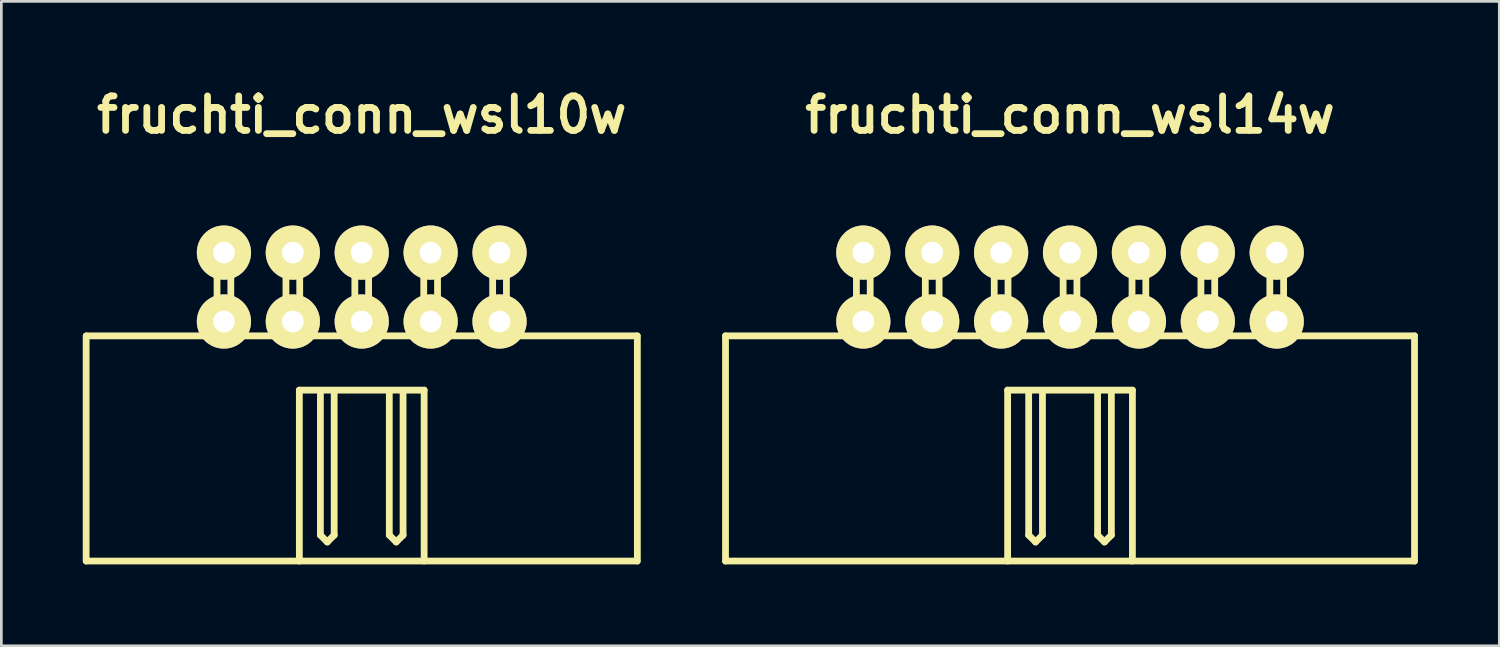
<source format=kicad_pcb>
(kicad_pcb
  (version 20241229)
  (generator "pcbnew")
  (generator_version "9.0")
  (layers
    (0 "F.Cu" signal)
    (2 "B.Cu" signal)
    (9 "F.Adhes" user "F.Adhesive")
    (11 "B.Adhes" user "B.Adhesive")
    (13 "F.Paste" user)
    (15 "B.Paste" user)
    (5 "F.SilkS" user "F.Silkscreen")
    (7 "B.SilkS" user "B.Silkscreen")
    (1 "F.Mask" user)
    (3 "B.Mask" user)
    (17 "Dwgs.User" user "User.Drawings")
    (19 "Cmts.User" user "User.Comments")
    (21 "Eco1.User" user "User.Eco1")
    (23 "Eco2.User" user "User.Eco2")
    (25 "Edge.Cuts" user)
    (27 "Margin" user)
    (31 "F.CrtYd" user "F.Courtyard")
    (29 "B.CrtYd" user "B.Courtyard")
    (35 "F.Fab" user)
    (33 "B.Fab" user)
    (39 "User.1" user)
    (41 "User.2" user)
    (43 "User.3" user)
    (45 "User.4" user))
  (footprint "fruchti_conn_wsl10w"
    (layer "F.Cu")
    (at 10.285 7.532)
    (property "Reference" "fruchti_conn_wsl10w" (at 0 -6.35 0) (layer "F.SilkS") (effects (font (size 1.27 1.27) (thickness 0.25))))
    (attr through_hole)
    (fp_line (start -10.16 1.8) (end -10.16 10.1) (stroke (width 0.25) (type solid)) (layer "F.SilkS"))
    (fp_line (start -10.15 10.1) (end 10.15 10.1) (stroke (width 0.25) (type solid)) (layer "F.SilkS"))
    (fp_line (start -5.334 -1.27) (end -5.334 1.778) (stroke (width 0.25) (type solid)) (layer "F.SilkS"))
    (fp_line (start -4.826 -1.27) (end -5.334 -1.27) (stroke (width 0.25) (type solid)) (layer "F.SilkS"))
    (fp_line (start -4.826 1.778) (end -4.826 -1.27) (stroke (width 0.25) (type solid)) (layer "F.SilkS"))
    (fp_line (start -2.794 -1.27) (end -2.794 1.778) (stroke (width 0.25) (type solid)) (layer "F.SilkS"))
    (fp_line (start -2.3 3.8) (end 2.3 3.8) (stroke (width 0.25) (type solid)) (layer "F.SilkS"))
    (fp_line (start -2.3 10.1) (end -2.3 3.8) (stroke (width 0.25) (type solid)) (layer "F.SilkS"))
    (fp_line (start -2.286 -1.27) (end -2.794 -1.27) (stroke (width 0.25) (type solid)) (layer "F.SilkS"))
    (fp_line (start -2.286 1.778) (end -2.286 -1.27) (stroke (width 0.25) (type solid)) (layer "F.SilkS"))
    (fp_line (start -1.524 9.144) (end -1.524 3.81) (stroke (width 0.25) (type solid)) (layer "F.SilkS"))
    (fp_line (start -1.27 9.398) (end -1.524 9.144) (stroke (width 0.25) (type solid)) (layer "F.SilkS"))
    (fp_line (start -1.016 3.81) (end -1.016 9.144) (stroke (width 0.25) (type solid)) (layer "F.SilkS"))
    (fp_line (start -1.016 9.144) (end -1.27 9.398) (stroke (width 0.25) (type solid)) (layer "F.SilkS"))
    (fp_line (start -0.254 -1.27) (end -0.254 1.778) (stroke (width 0.25) (type solid)) (layer "F.SilkS"))
    (fp_line (start 0.254 -1.27) (end -0.254 -1.27) (stroke (width 0.25) (type solid)) (layer "F.SilkS"))
    (fp_line (start 0.254 1.778) (end 0.254 -1.27) (stroke (width 0.25) (type solid)) (layer "F.SilkS"))
    (fp_line (start 1.016 9.144) (end 1.016 3.81) (stroke (width 0.25) (type solid)) (layer "F.SilkS"))
    (fp_line (start 1.27 9.398) (end 1.016 9.144) (stroke (width 0.25) (type solid)) (layer "F.SilkS"))
    (fp_line (start 1.524 3.81) (end 1.524 9.144) (stroke (width 0.25) (type solid)) (layer "F.SilkS"))
    (fp_line (start 1.524 9.144) (end 1.27 9.398) (stroke (width 0.25) (type solid)) (layer "F.SilkS"))
    (fp_line (start 2.286 -1.27) (end 2.286 1.778) (stroke (width 0.25) (type solid)) (layer "F.SilkS"))
    (fp_line (start 2.3 3.8) (end 2.3 10.1) (stroke (width 0.25) (type solid)) (layer "F.SilkS"))
    (fp_line (start 2.794 -1.27) (end 2.286 -1.27) (stroke (width 0.25) (type solid)) (layer "F.SilkS"))
    (fp_line (start 2.794 1.778) (end 2.794 -1.27) (stroke (width 0.25) (type solid)) (layer "F.SilkS"))
    (fp_line (start 4.826 -1.27) (end 4.826 1.778) (stroke (width 0.25) (type solid)) (layer "F.SilkS"))
    (fp_line (start 5.334 -1.27) (end 4.826 -1.27) (stroke (width 0.25) (type solid)) (layer "F.SilkS"))
    (fp_line (start 5.334 1.778) (end 5.334 -1.27) (stroke (width 0.25) (type solid)) (layer "F.SilkS"))
    (fp_line (start 10.15 1.8) (end -10.15 1.8) (stroke (width 0.25) (type solid)) (layer "F.SilkS"))
    (fp_line (start 10.16 10.1) (end 10.16 1.8) (stroke (width 0.25) (type solid)) (layer "F.SilkS"))
    (pad "1" thru_hole circle (at 5.08 -1.27 180) (size 1.999 1.999) (drill 0.8) (layers "*.Cu" "*.Mask" "F.SilkS"))
    (pad "2" thru_hole circle (at 5.08 1.27 180) (size 1.999 1.999) (drill 0.8) (layers "*.Cu" "*.Mask" "F.SilkS"))
    (pad "3" thru_hole circle (at 2.54 -1.27 180) (size 1.999 1.999) (drill 0.8) (layers "*.Cu" "*.Mask" "F.SilkS"))
    (pad "4" thru_hole circle (at 2.54 1.27 180) (size 1.999 1.999) (drill 0.8) (layers "*.Cu" "*.Mask" "F.SilkS"))
    (pad "5" thru_hole circle (at 0 -1.27 180) (size 1.999 1.999) (drill 0.8) (layers "*.Cu" "*.Mask" "F.SilkS"))
    (pad "6" thru_hole circle (at 0 1.27 180) (size 1.999 1.999) (drill 0.8) (layers "*.Cu" "*.Mask" "F.SilkS"))
    (pad "7" thru_hole circle (at -2.54 -1.27 180) (size 1.999 1.999) (drill 0.8) (layers "*.Cu" "*.Mask" "F.SilkS"))
    (pad "8" thru_hole circle (at -2.54 1.27 180) (size 1.999 1.999) (drill 0.8) (layers "*.Cu" "*.Mask" "F.SilkS"))
    (pad "9" thru_hole circle (at -5.08 -1.27 180) (size 1.999 1.999) (drill 0.8) (layers "*.Cu" "*.Mask" "F.SilkS"))
    (pad "10" thru_hole circle (at -5.08 1.27 180) (size 1.999 1.999) (drill 0.8) (layers "*.Cu" "*.Mask" "F.SilkS")))
  (footprint "fruchti_conn_wsl14w"
    (layer "F.Cu")
    (at 36.395 7.532)
    (property "Reference" "fruchti_conn_wsl14w" (at 0 -6.35 0) (layer "F.SilkS") (effects (font (size 1.27 1.27) (thickness 0.25))))
    (attr through_hole)
    (fp_line (start -12.7 1.8) (end -12.7 10.1) (stroke (width 0.25) (type solid)) (layer "F.SilkS"))
    (fp_line (start -12.7 10.1) (end 12.7 10.1) (stroke (width 0.25) (type solid)) (layer "F.SilkS"))
    (fp_line (start -7.874 -1.27) (end -7.874 1.778) (stroke (width 0.25) (type solid)) (layer "F.SilkS"))
    (fp_line (start -7.366 -1.27) (end -7.874 -1.27) (stroke (width 0.25) (type solid)) (layer "F.SilkS"))
    (fp_line (start -7.366 1.778) (end -7.366 -1.27) (stroke (width 0.25) (type solid)) (layer "F.SilkS"))
    (fp_line (start -5.334 -1.27) (end -5.334 1.778) (stroke (width 0.25) (type solid)) (layer "F.SilkS"))
    (fp_line (start -4.826 -1.27) (end -5.334 -1.27) (stroke (width 0.25) (type solid)) (layer "F.SilkS"))
    (fp_line (start -4.826 1.778) (end -4.826 -1.27) (stroke (width 0.25) (type solid)) (layer "F.SilkS"))
    (fp_line (start -2.794 -1.27) (end -2.794 1.778) (stroke (width 0.25) (type solid)) (layer "F.SilkS"))
    (fp_line (start -2.3 3.8) (end 2.3 3.8) (stroke (width 0.25) (type solid)) (layer "F.SilkS"))
    (fp_line (start -2.3 10.1) (end -2.3 3.8) (stroke (width 0.25) (type solid)) (layer "F.SilkS"))
    (fp_line (start -2.286 -1.27) (end -2.794 -1.27) (stroke (width 0.25) (type solid)) (layer "F.SilkS"))
    (fp_line (start -2.286 1.778) (end -2.286 -1.27) (stroke (width 0.25) (type solid)) (layer "F.SilkS"))
    (fp_line (start -1.524 9.144) (end -1.524 3.81) (stroke (width 0.25) (type solid)) (layer "F.SilkS"))
    (fp_line (start -1.27 9.398) (end -1.524 9.144) (stroke (width 0.25) (type solid)) (layer "F.SilkS"))
    (fp_line (start -1.016 3.81) (end -1.016 9.144) (stroke (width 0.25) (type solid)) (layer "F.SilkS"))
    (fp_line (start -1.016 9.144) (end -1.27 9.398) (stroke (width 0.25) (type solid)) (layer "F.SilkS"))
    (fp_line (start -0.254 -1.27) (end -0.254 1.778) (stroke (width 0.25) (type solid)) (layer "F.SilkS"))
    (fp_line (start 0.254 -1.27) (end -0.254 -1.27) (stroke (width 0.25) (type solid)) (layer "F.SilkS"))
    (fp_line (start 0.254 1.778) (end 0.254 -1.27) (stroke (width 0.25) (type solid)) (layer "F.SilkS"))
    (fp_line (start 1.016 9.144) (end 1.016 3.81) (stroke (width 0.25) (type solid)) (layer "F.SilkS"))
    (fp_line (start 1.27 9.398) (end 1.016 9.144) (stroke (width 0.25) (type solid)) (layer "F.SilkS"))
    (fp_line (start 1.524 3.81) (end 1.524 9.144) (stroke (width 0.25) (type solid)) (layer "F.SilkS"))
    (fp_line (start 1.524 9.144) (end 1.27 9.398) (stroke (width 0.25) (type solid)) (layer "F.SilkS"))
    (fp_line (start 2.286 -1.27) (end 2.286 1.778) (stroke (width 0.25) (type solid)) (layer "F.SilkS"))
    (fp_line (start 2.3 3.8) (end 2.3 10.1) (stroke (width 0.25) (type solid)) (layer "F.SilkS"))
    (fp_line (start 2.794 -1.27) (end 2.286 -1.27) (stroke (width 0.25) (type solid)) (layer "F.SilkS"))
    (fp_line (start 2.794 1.778) (end 2.794 -1.27) (stroke (width 0.25) (type solid)) (layer "F.SilkS"))
    (fp_line (start 4.826 -1.27) (end 4.826 1.778) (stroke (width 0.25) (type solid)) (layer "F.SilkS"))
    (fp_line (start 5.334 -1.27) (end 4.826 -1.27) (stroke (width 0.25) (type solid)) (layer "F.SilkS"))
    (fp_line (start 5.334 1.778) (end 5.334 -1.27) (stroke (width 0.25) (type solid)) (layer "F.SilkS"))
    (fp_line (start 7.366 -1.27) (end 7.366 1.778) (stroke (width 0.25) (type solid)) (layer "F.SilkS"))
    (fp_line (start 7.874 -1.27) (end 7.366 -1.27) (stroke (width 0.25) (type solid)) (layer "F.SilkS"))
    (fp_line (start 7.874 1.778) (end 7.874 -1.27) (stroke (width 0.25) (type solid)) (layer "F.SilkS"))
    (fp_line (start 12.7 1.8) (end -12.7 1.8) (stroke (width 0.25) (type solid)) (layer "F.SilkS"))
    (fp_line (start 12.7 10.1) (end 12.7 1.8) (stroke (width 0.25) (type solid)) (layer "F.SilkS"))
    (pad "1" thru_hole circle (at 7.62 -1.27 180) (size 1.999 1.999) (drill 0.8) (layers "*.Cu" "*.Mask" "F.SilkS"))
    (pad "2" thru_hole circle (at 7.62 1.27 180) (size 1.999 1.999) (drill 0.8) (layers "*.Cu" "*.Mask" "F.SilkS"))
    (pad "3" thru_hole circle (at 5.08 -1.27 180) (size 1.999 1.999) (drill 0.8) (layers "*.Cu" "*.Mask" "F.SilkS"))
    (pad "4" thru_hole circle (at 5.08 1.27 180) (size 1.999 1.999) (drill 0.8) (layers "*.Cu" "*.Mask" "F.SilkS"))
    (pad "5" thru_hole circle (at 2.54 -1.27 180) (size 1.999 1.999) (drill 0.8) (layers "*.Cu" "*.Mask" "F.SilkS"))
    (pad "6" thru_hole circle (at 2.54 1.27 180) (size 1.999 1.999) (drill 0.8) (layers "*.Cu" "*.Mask" "F.SilkS"))
    (pad "7" thru_hole circle (at 0 -1.27 180) (size 1.999 1.999) (drill 0.8) (layers "*.Cu" "*.Mask" "F.SilkS"))
    (pad "8" thru_hole circle (at 0 1.27 180) (size 1.999 1.999) (drill 0.8) (layers "*.Cu" "*.Mask" "F.SilkS"))
    (pad "9" thru_hole circle (at -2.54 -1.27 180) (size 1.999 1.999) (drill 0.8) (layers "*.Cu" "*.Mask" "F.SilkS"))
    (pad "10" thru_hole circle (at -2.54 1.27 180) (size 1.999 1.999) (drill 0.8) (layers "*.Cu" "*.Mask" "F.SilkS"))
    (pad "11" thru_hole circle (at -5.08 -1.27 180) (size 1.999 1.999) (drill 0.8) (layers "*.Cu" "*.Mask" "F.SilkS"))
    (pad "12" thru_hole circle (at -5.08 1.27 180) (size 1.999 1.999) (drill 0.8) (layers "*.Cu" "*.Mask" "F.SilkS"))
    (pad "13" thru_hole circle (at -7.62 -1.27 180) (size 1.999 1.999) (drill 0.8) (layers "*.Cu" "*.Mask" "F.SilkS"))
    (pad "14" thru_hole circle (at -7.62 1.27 180) (size 1.999 1.999) (drill 0.8) (layers "*.Cu" "*.Mask" "F.SilkS")))
  (gr_rect
    (start -3 -3)
    (end 52.22 20.757)
    (stroke (width 0.1) (type default))
    (fill no)
    (layer "Edge.Cuts")))
</source>
